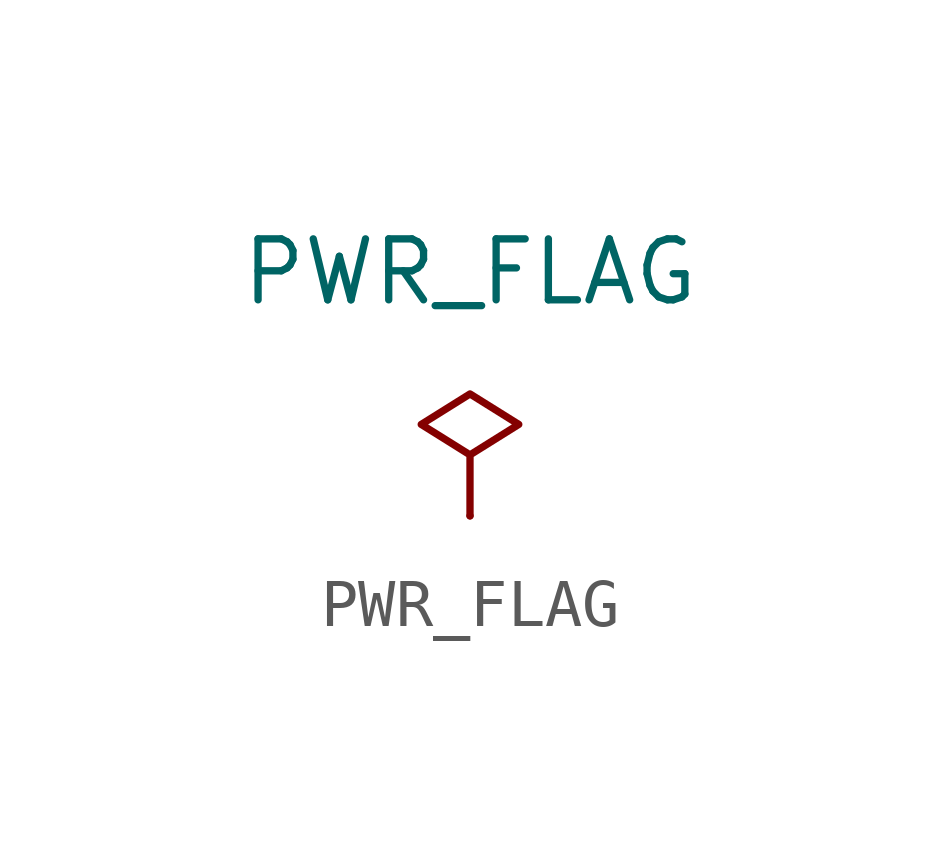
<source format=kicad_sym>
(kicad_symbol_lib
  (version 20231120)
  (generator "kicad_symbol_editor")
  (generator_version "8.0")
  (symbol "PWR_FLAG"
    (power)
    (pin_numbers hide)
    (pin_names
      (offset 0) hide)
    (property "Reference" "#FLG01"
      (at 0 1.905 0)
      (effects (font (size 1.27 1.27)) (hide yes)))
    (property "Value" "PWR_FLAG"
      (at 0 5.08 0)
      (effects (font (size 1.27 1.27))))
    (symbol "PWR_FLAG_0_0"
      (pin power_out line (at 0 0 90) (length 0) (name "~" (effects (font (size 1.27 1.27)))) (number "1" (effects (font (size 1.27 1.27))))))
    (symbol "PWR_FLAG_0_1"
      (polyline (pts (xy 0 0) (xy 0 1.27) (xy -1.016 1.905) (xy 0 2.54) (xy 1.016 1.905) (xy 0 1.27)) (stroke (width 0) (type default)) (fill (type none))))))
</source>
